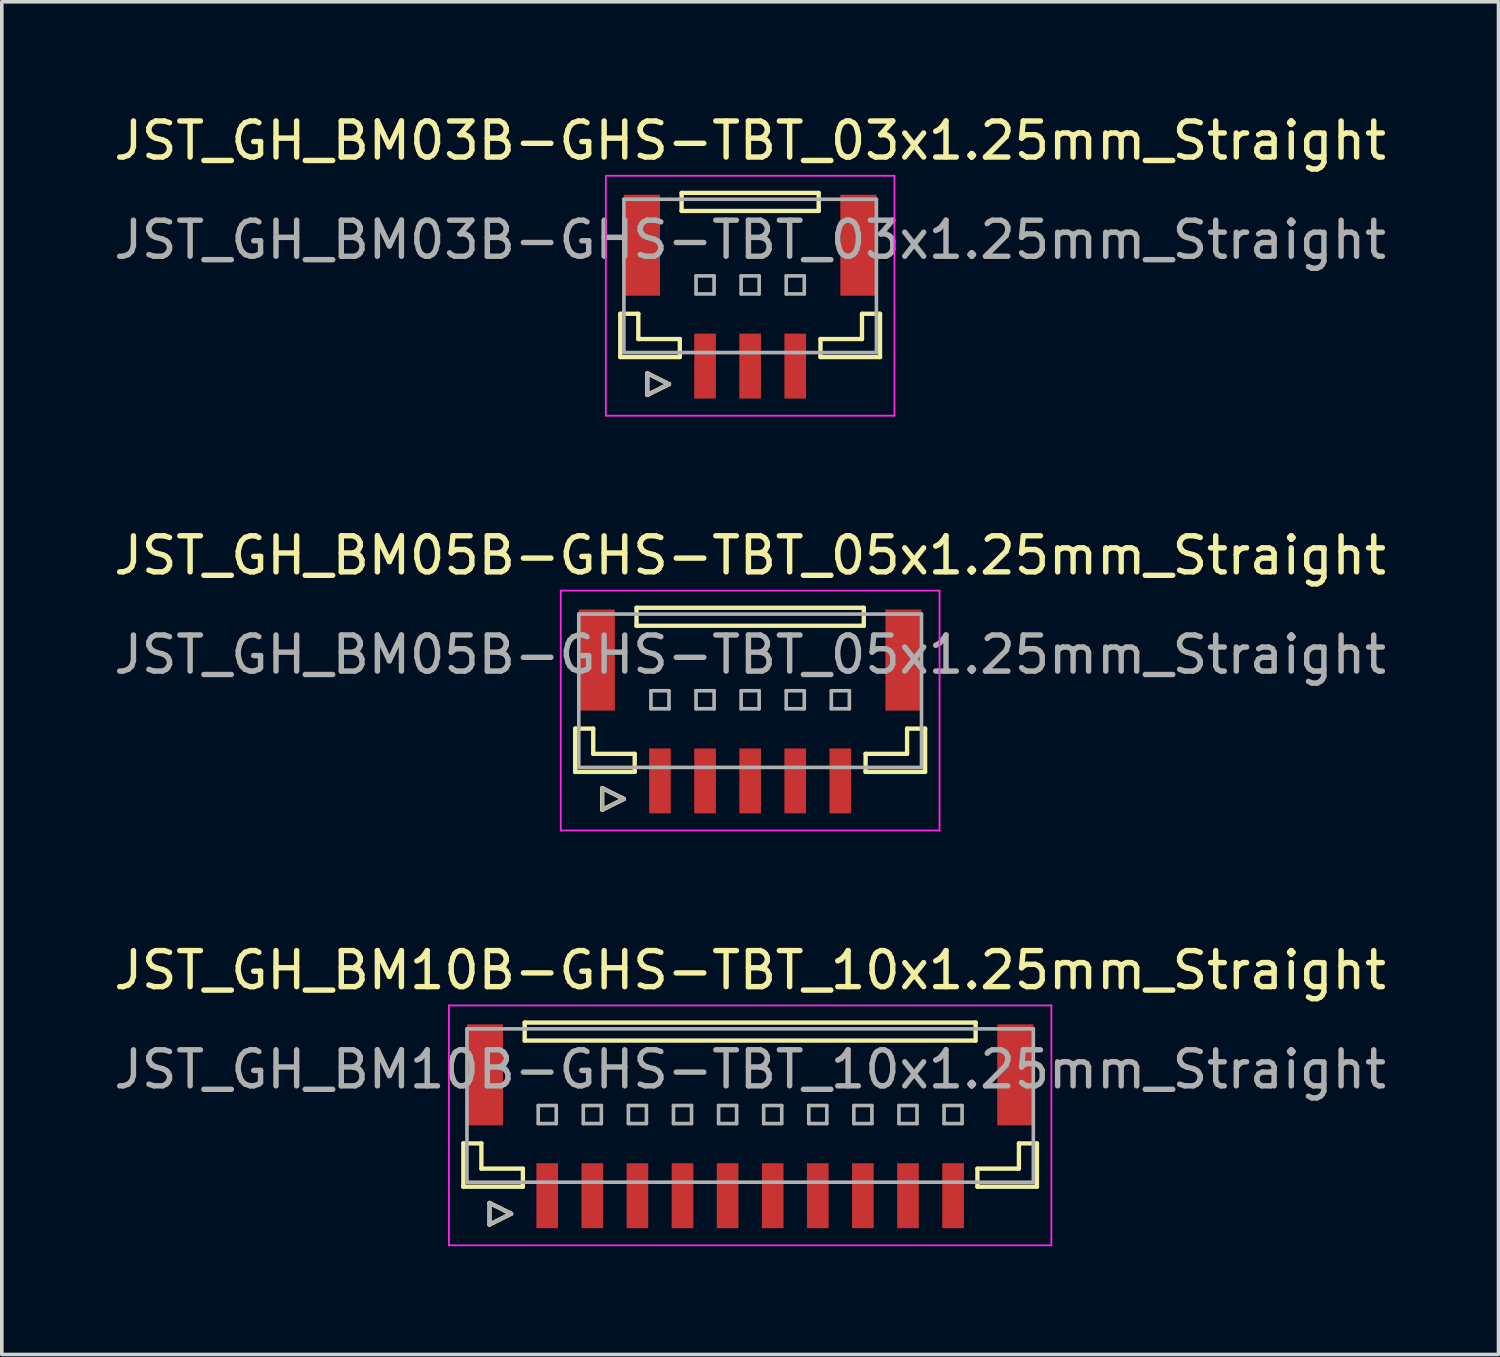
<source format=kicad_pcb>
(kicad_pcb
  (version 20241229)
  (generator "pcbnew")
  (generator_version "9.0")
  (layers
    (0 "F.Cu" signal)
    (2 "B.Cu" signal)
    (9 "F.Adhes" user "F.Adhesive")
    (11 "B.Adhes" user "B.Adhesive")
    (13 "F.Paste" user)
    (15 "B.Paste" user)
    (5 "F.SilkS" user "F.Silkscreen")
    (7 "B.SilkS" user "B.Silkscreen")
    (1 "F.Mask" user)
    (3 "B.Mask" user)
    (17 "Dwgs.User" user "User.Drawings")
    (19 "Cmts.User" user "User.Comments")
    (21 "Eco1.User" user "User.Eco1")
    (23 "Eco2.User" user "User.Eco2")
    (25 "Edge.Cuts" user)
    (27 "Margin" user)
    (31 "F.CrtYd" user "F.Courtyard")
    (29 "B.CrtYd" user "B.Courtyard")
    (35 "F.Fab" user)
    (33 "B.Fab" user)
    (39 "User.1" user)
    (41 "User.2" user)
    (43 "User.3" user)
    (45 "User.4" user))
  (footprint "JST_GH_BM05B-GHS-TBT_05x1.25mm_Straight"
    (layer "F.Cu")
    (at 17.744 16.922)
    (property "Reference" "JST_GH_BM05B-GHS-TBT_05x1.25mm_Straight" (at 0 -4.575 0) (layer "F.SilkS") (effects (font (size 1 1) (thickness 0.15))))
    (attr smd)
    (fp_line (start -4.85 0.225) (end -4.85 1.425) (stroke (width 0.12) (type solid)) (layer "F.SilkS"))
    (fp_line (start -4.85 1.425) (end -3.2 1.425) (stroke (width 0.12) (type solid)) (layer "F.SilkS"))
    (fp_line (start -4.35 0.225) (end -4.85 0.225) (stroke (width 0.12) (type solid)) (layer "F.SilkS"))
    (fp_line (start -4.35 0.925) (end -4.35 0.225) (stroke (width 0.12) (type solid)) (layer "F.SilkS"))
    (fp_line (start -4.1 1.875) (end -3.5 2.175) (stroke (width 0.12) (type solid)) (layer "F.SilkS"))
    (fp_line (start -4.1 2.475) (end -4.1 1.875) (stroke (width 0.12) (type solid)) (layer "F.SilkS"))
    (fp_line (start -3.5 2.175) (end -4.1 2.475) (stroke (width 0.12) (type solid)) (layer "F.SilkS"))
    (fp_line (start -3.2 0.925) (end -4.35 0.925) (stroke (width 0.12) (type solid)) (layer "F.SilkS"))
    (fp_line (start -3.2 1.425) (end -3.2 0.925) (stroke (width 0.12) (type solid)) (layer "F.SilkS"))
    (fp_line (start -3.15 -3.125) (end 3.15 -3.125) (stroke (width 0.12) (type solid)) (layer "F.SilkS"))
    (fp_line (start -3.15 -2.625) (end -3.15 -3.125) (stroke (width 0.12) (type solid)) (layer "F.SilkS"))
    (fp_line (start 3.15 -3.125) (end 3.15 -2.625) (stroke (width 0.12) (type solid)) (layer "F.SilkS"))
    (fp_line (start 3.15 -2.625) (end -3.15 -2.625) (stroke (width 0.12) (type solid)) (layer "F.SilkS"))
    (fp_line (start 3.2 0.925) (end 4.35 0.925) (stroke (width 0.12) (type solid)) (layer "F.SilkS"))
    (fp_line (start 3.2 1.425) (end 3.2 0.925) (stroke (width 0.12) (type solid)) (layer "F.SilkS"))
    (fp_line (start 4.35 0.225) (end 4.85 0.225) (stroke (width 0.12) (type solid)) (layer "F.SilkS"))
    (fp_line (start 4.35 0.925) (end 4.35 0.225) (stroke (width 0.12) (type solid)) (layer "F.SilkS"))
    (fp_line (start 4.85 0.225) (end 4.85 1.425) (stroke (width 0.12) (type solid)) (layer "F.SilkS"))
    (fp_line (start 4.85 1.425) (end 3.2 1.425) (stroke (width 0.12) (type solid)) (layer "F.SilkS"))
    (fp_line (start -5.25 -3.6) (end 5.25 -3.6) (stroke (width 0.05) (type solid)) (layer "F.CrtYd"))
    (fp_line (start -5.25 3.05) (end -5.25 -3.6) (stroke (width 0.05) (type solid)) (layer "F.CrtYd"))
    (fp_line (start 5.25 -3.6) (end 5.25 3.05) (stroke (width 0.05) (type solid)) (layer "F.CrtYd"))
    (fp_line (start 5.25 3.05) (end -5.25 3.05) (stroke (width 0.05) (type solid)) (layer "F.CrtYd"))
    (fp_line (start -4.75 -2.95) (end 4.75 -2.95) (stroke (width 0.1) (type solid)) (layer "F.Fab"))
    (fp_line (start -4.75 1.3) (end -4.75 -2.95) (stroke (width 0.1) (type solid)) (layer "F.Fab"))
    (fp_line (start -4.1 1.875) (end -3.5 2.175) (stroke (width 0.1) (type solid)) (layer "F.Fab"))
    (fp_line (start -4.1 2.475) (end -4.1 1.875) (stroke (width 0.1) (type solid)) (layer "F.Fab"))
    (fp_line (start -3.5 2.175) (end -4.1 2.475) (stroke (width 0.1) (type solid)) (layer "F.Fab"))
    (fp_line (start -2.75 -0.825) (end -2.25 -0.825) (stroke (width 0.1) (type solid)) (layer "F.Fab"))
    (fp_line (start -2.75 -0.325) (end -2.75 -0.825) (stroke (width 0.1) (type solid)) (layer "F.Fab"))
    (fp_line (start -2.25 -0.825) (end -2.25 -0.325) (stroke (width 0.1) (type solid)) (layer "F.Fab"))
    (fp_line (start -2.25 -0.325) (end -2.75 -0.325) (stroke (width 0.1) (type solid)) (layer "F.Fab"))
    (fp_line (start -1.5 -0.825) (end -1 -0.825) (stroke (width 0.1) (type solid)) (layer "F.Fab"))
    (fp_line (start -1.5 -0.325) (end -1.5 -0.825) (stroke (width 0.1) (type solid)) (layer "F.Fab"))
    (fp_line (start -1 -0.825) (end -1 -0.325) (stroke (width 0.1) (type solid)) (layer "F.Fab"))
    (fp_line (start -1 -0.325) (end -1.5 -0.325) (stroke (width 0.1) (type solid)) (layer "F.Fab"))
    (fp_line (start -0.25 -0.825) (end 0.25 -0.825) (stroke (width 0.1) (type solid)) (layer "F.Fab"))
    (fp_line (start -0.25 -0.325) (end -0.25 -0.825) (stroke (width 0.1) (type solid)) (layer "F.Fab"))
    (fp_line (start 0.25 -0.825) (end 0.25 -0.325) (stroke (width 0.1) (type solid)) (layer "F.Fab"))
    (fp_line (start 0.25 -0.325) (end -0.25 -0.325) (stroke (width 0.1) (type solid)) (layer "F.Fab"))
    (fp_line (start 1 -0.825) (end 1.5 -0.825) (stroke (width 0.1) (type solid)) (layer "F.Fab"))
    (fp_line (start 1 -0.325) (end 1 -0.825) (stroke (width 0.1) (type solid)) (layer "F.Fab"))
    (fp_line (start 1.5 -0.825) (end 1.5 -0.325) (stroke (width 0.1) (type solid)) (layer "F.Fab"))
    (fp_line (start 1.5 -0.325) (end 1 -0.325) (stroke (width 0.1) (type solid)) (layer "F.Fab"))
    (fp_line (start 2.25 -0.825) (end 2.75 -0.825) (stroke (width 0.1) (type solid)) (layer "F.Fab"))
    (fp_line (start 2.25 -0.325) (end 2.25 -0.825) (stroke (width 0.1) (type solid)) (layer "F.Fab"))
    (fp_line (start 2.75 -0.825) (end 2.75 -0.325) (stroke (width 0.1) (type solid)) (layer "F.Fab"))
    (fp_line (start 2.75 -0.325) (end 2.25 -0.325) (stroke (width 0.1) (type solid)) (layer "F.Fab"))
    (fp_line (start 4.75 -2.95) (end 4.75 1.3) (stroke (width 0.1) (type solid)) (layer "F.Fab"))
    (fp_line (start 4.75 1.3) (end -4.75 1.3) (stroke (width 0.1) (type solid)) (layer "F.Fab"))
    (fp_text user "${REFERENCE}" (at 0 -1.825 0) (layer "F.Fab") (effects (font (size 1 1) (thickness 0.15))))
    (pad "" smd rect (at -4.25 -1.675) (size 1 2.8) (layers "F.Cu" "F.Mask" "F.Paste"))
    (pad "" smd rect (at 4.25 -1.675) (size 1 2.8) (layers "F.Cu" "F.Mask" "F.Paste"))
    (pad "1" smd rect (at -2.5 1.675) (size 0.6 1.8) (layers "F.Cu" "F.Mask" "F.Paste"))
    (pad "2" smd rect (at -1.25 1.675) (size 0.6 1.8) (layers "F.Cu" "F.Mask" "F.Paste"))
    (pad "3" smd rect (at 0 1.675) (size 0.6 1.8) (layers "F.Cu" "F.Mask" "F.Paste"))
    (pad "4" smd rect (at 1.25 1.675) (size 0.6 1.8) (layers "F.Cu" "F.Mask" "F.Paste"))
    (pad "5" smd rect (at 2.5 1.675) (size 0.6 1.8) (layers "F.Cu" "F.Mask" "F.Paste")))
  (footprint "JST_GH_BM03B-GHS-TBT_03x1.25mm_Straight"
    (layer "F.Cu")
    (at 17.744 5.423)
    (property "Reference" "JST_GH_BM03B-GHS-TBT_03x1.25mm_Straight" (at 0 -4.575 0) (layer "F.SilkS") (effects (font (size 1 1) (thickness 0.15))))
    (attr smd)
    (fp_line (start -3.6 0.225) (end -3.6 1.425) (stroke (width 0.12) (type solid)) (layer "F.SilkS"))
    (fp_line (start -3.6 1.425) (end -1.95 1.425) (stroke (width 0.12) (type solid)) (layer "F.SilkS"))
    (fp_line (start -3.1 0.225) (end -3.6 0.225) (stroke (width 0.12) (type solid)) (layer "F.SilkS"))
    (fp_line (start -3.1 0.925) (end -3.1 0.225) (stroke (width 0.12) (type solid)) (layer "F.SilkS"))
    (fp_line (start -2.85 1.875) (end -2.25 2.175) (stroke (width 0.12) (type solid)) (layer "F.SilkS"))
    (fp_line (start -2.85 2.475) (end -2.85 1.875) (stroke (width 0.12) (type solid)) (layer "F.SilkS"))
    (fp_line (start -2.25 2.175) (end -2.85 2.475) (stroke (width 0.12) (type solid)) (layer "F.SilkS"))
    (fp_line (start -1.95 0.925) (end -3.1 0.925) (stroke (width 0.12) (type solid)) (layer "F.SilkS"))
    (fp_line (start -1.95 1.425) (end -1.95 0.925) (stroke (width 0.12) (type solid)) (layer "F.SilkS"))
    (fp_line (start -1.9 -3.125) (end 1.9 -3.125) (stroke (width 0.12) (type solid)) (layer "F.SilkS"))
    (fp_line (start -1.9 -2.625) (end -1.9 -3.125) (stroke (width 0.12) (type solid)) (layer "F.SilkS"))
    (fp_line (start 1.9 -3.125) (end 1.9 -2.625) (stroke (width 0.12) (type solid)) (layer "F.SilkS"))
    (fp_line (start 1.9 -2.625) (end -1.9 -2.625) (stroke (width 0.12) (type solid)) (layer "F.SilkS"))
    (fp_line (start 1.95 0.925) (end 3.1 0.925) (stroke (width 0.12) (type solid)) (layer "F.SilkS"))
    (fp_line (start 1.95 1.425) (end 1.95 0.925) (stroke (width 0.12) (type solid)) (layer "F.SilkS"))
    (fp_line (start 3.1 0.225) (end 3.6 0.225) (stroke (width 0.12) (type solid)) (layer "F.SilkS"))
    (fp_line (start 3.1 0.925) (end 3.1 0.225) (stroke (width 0.12) (type solid)) (layer "F.SilkS"))
    (fp_line (start 3.6 0.225) (end 3.6 1.425) (stroke (width 0.12) (type solid)) (layer "F.SilkS"))
    (fp_line (start 3.6 1.425) (end 1.95 1.425) (stroke (width 0.12) (type solid)) (layer "F.SilkS"))
    (fp_line (start -4 -3.6) (end 4 -3.6) (stroke (width 0.05) (type solid)) (layer "F.CrtYd"))
    (fp_line (start -4 3.05) (end -4 -3.6) (stroke (width 0.05) (type solid)) (layer "F.CrtYd"))
    (fp_line (start 4 -3.6) (end 4 3.05) (stroke (width 0.05) (type solid)) (layer "F.CrtYd"))
    (fp_line (start 4 3.05) (end -4 3.05) (stroke (width 0.05) (type solid)) (layer "F.CrtYd"))
    (fp_line (start -3.5 -2.95) (end 3.5 -2.95) (stroke (width 0.1) (type solid)) (layer "F.Fab"))
    (fp_line (start -3.5 1.3) (end -3.5 -2.95) (stroke (width 0.1) (type solid)) (layer "F.Fab"))
    (fp_line (start -2.85 1.875) (end -2.25 2.175) (stroke (width 0.1) (type solid)) (layer "F.Fab"))
    (fp_line (start -2.85 2.475) (end -2.85 1.875) (stroke (width 0.1) (type solid)) (layer "F.Fab"))
    (fp_line (start -2.25 2.175) (end -2.85 2.475) (stroke (width 0.1) (type solid)) (layer "F.Fab"))
    (fp_line (start -1.5 -0.825) (end -1 -0.825) (stroke (width 0.1) (type solid)) (layer "F.Fab"))
    (fp_line (start -1.5 -0.325) (end -1.5 -0.825) (stroke (width 0.1) (type solid)) (layer "F.Fab"))
    (fp_line (start -1 -0.825) (end -1 -0.325) (stroke (width 0.1) (type solid)) (layer "F.Fab"))
    (fp_line (start -1 -0.325) (end -1.5 -0.325) (stroke (width 0.1) (type solid)) (layer "F.Fab"))
    (fp_line (start -0.25 -0.825) (end 0.25 -0.825) (stroke (width 0.1) (type solid)) (layer "F.Fab"))
    (fp_line (start -0.25 -0.325) (end -0.25 -0.825) (stroke (width 0.1) (type solid)) (layer "F.Fab"))
    (fp_line (start 0.25 -0.825) (end 0.25 -0.325) (stroke (width 0.1) (type solid)) (layer "F.Fab"))
    (fp_line (start 0.25 -0.325) (end -0.25 -0.325) (stroke (width 0.1) (type solid)) (layer "F.Fab"))
    (fp_line (start 1 -0.825) (end 1.5 -0.825) (stroke (width 0.1) (type solid)) (layer "F.Fab"))
    (fp_line (start 1 -0.325) (end 1 -0.825) (stroke (width 0.1) (type solid)) (layer "F.Fab"))
    (fp_line (start 1.5 -0.825) (end 1.5 -0.325) (stroke (width 0.1) (type solid)) (layer "F.Fab"))
    (fp_line (start 1.5 -0.325) (end 1 -0.325) (stroke (width 0.1) (type solid)) (layer "F.Fab"))
    (fp_line (start 3.5 -2.95) (end 3.5 1.3) (stroke (width 0.1) (type solid)) (layer "F.Fab"))
    (fp_line (start 3.5 1.3) (end -3.5 1.3) (stroke (width 0.1) (type solid)) (layer "F.Fab"))
    (fp_text user "${REFERENCE}" (at 0 -1.825 0) (layer "F.Fab") (effects (font (size 1 1) (thickness 0.15))))
    (pad "" smd rect (at -3 -1.675) (size 1 2.8) (layers "F.Cu" "F.Mask" "F.Paste"))
    (pad "" smd rect (at 3 -1.675) (size 1 2.8) (layers "F.Cu" "F.Mask" "F.Paste"))
    (pad "1" smd rect (at -1.25 1.675) (size 0.6 1.8) (layers "F.Cu" "F.Mask" "F.Paste"))
    (pad "2" smd rect (at 0 1.675) (size 0.6 1.8) (layers "F.Cu" "F.Mask" "F.Paste"))
    (pad "3" smd rect (at 1.25 1.675) (size 0.6 1.8) (layers "F.Cu" "F.Mask" "F.Paste")))
  (footprint "JST_GH_BM10B-GHS-TBT_10x1.25mm_Straight"
    (layer "F.Cu")
    (at 17.744 28.42)
    (property "Reference" "JST_GH_BM10B-GHS-TBT_10x1.25mm_Straight" (at 0 -4.575 0) (layer "F.SilkS") (effects (font (size 1 1) (thickness 0.15))))
    (attr smd)
    (fp_line (start -7.95 0.225) (end -7.95 1.425) (stroke (width 0.12) (type solid)) (layer "F.SilkS"))
    (fp_line (start -7.95 1.425) (end -6.3 1.425) (stroke (width 0.12) (type solid)) (layer "F.SilkS"))
    (fp_line (start -7.45 0.225) (end -7.95 0.225) (stroke (width 0.12) (type solid)) (layer "F.SilkS"))
    (fp_line (start -7.45 0.925) (end -7.45 0.225) (stroke (width 0.12) (type solid)) (layer "F.SilkS"))
    (fp_line (start -7.225 1.875) (end -6.625 2.175) (stroke (width 0.12) (type solid)) (layer "F.SilkS"))
    (fp_line (start -7.225 2.475) (end -7.225 1.875) (stroke (width 0.12) (type solid)) (layer "F.SilkS"))
    (fp_line (start -6.625 2.175) (end -7.225 2.475) (stroke (width 0.12) (type solid)) (layer "F.SilkS"))
    (fp_line (start -6.3 0.925) (end -7.45 0.925) (stroke (width 0.12) (type solid)) (layer "F.SilkS"))
    (fp_line (start -6.3 1.425) (end -6.3 0.925) (stroke (width 0.12) (type solid)) (layer "F.SilkS"))
    (fp_line (start -6.25 -3.125) (end 6.25 -3.125) (stroke (width 0.12) (type solid)) (layer "F.SilkS"))
    (fp_line (start -6.25 -2.625) (end -6.25 -3.125) (stroke (width 0.12) (type solid)) (layer "F.SilkS"))
    (fp_line (start 6.25 -3.125) (end 6.25 -2.625) (stroke (width 0.12) (type solid)) (layer "F.SilkS"))
    (fp_line (start 6.25 -2.625) (end -6.25 -2.625) (stroke (width 0.12) (type solid)) (layer "F.SilkS"))
    (fp_line (start 6.3 0.925) (end 7.45 0.925) (stroke (width 0.12) (type solid)) (layer "F.SilkS"))
    (fp_line (start 6.3 1.425) (end 6.3 0.925) (stroke (width 0.12) (type solid)) (layer "F.SilkS"))
    (fp_line (start 7.45 0.225) (end 7.95 0.225) (stroke (width 0.12) (type solid)) (layer "F.SilkS"))
    (fp_line (start 7.45 0.925) (end 7.45 0.225) (stroke (width 0.12) (type solid)) (layer "F.SilkS"))
    (fp_line (start 7.95 0.225) (end 7.95 1.425) (stroke (width 0.12) (type solid)) (layer "F.SilkS"))
    (fp_line (start 7.95 1.425) (end 6.3 1.425) (stroke (width 0.12) (type solid)) (layer "F.SilkS"))
    (fp_line (start -8.35 -3.6) (end 8.35 -3.6) (stroke (width 0.05) (type solid)) (layer "F.CrtYd"))
    (fp_line (start -8.35 3.05) (end -8.35 -3.6) (stroke (width 0.05) (type solid)) (layer "F.CrtYd"))
    (fp_line (start 8.35 -3.6) (end 8.35 3.05) (stroke (width 0.05) (type solid)) (layer "F.CrtYd"))
    (fp_line (start 8.35 3.05) (end -8.35 3.05) (stroke (width 0.05) (type solid)) (layer "F.CrtYd"))
    (fp_line (start -7.85 -2.95) (end 7.85 -2.95) (stroke (width 0.1) (type solid)) (layer "F.Fab"))
    (fp_line (start -7.85 1.3) (end -7.85 -2.95) (stroke (width 0.1) (type solid)) (layer "F.Fab"))
    (fp_line (start -7.225 1.875) (end -6.625 2.175) (stroke (width 0.1) (type solid)) (layer "F.Fab"))
    (fp_line (start -7.225 2.475) (end -7.225 1.875) (stroke (width 0.1) (type solid)) (layer "F.Fab"))
    (fp_line (start -6.625 2.175) (end -7.225 2.475) (stroke (width 0.1) (type solid)) (layer "F.Fab"))
    (fp_line (start -5.875 -0.825) (end -5.375 -0.825) (stroke (width 0.1) (type solid)) (layer "F.Fab"))
    (fp_line (start -5.875 -0.325) (end -5.875 -0.825) (stroke (width 0.1) (type solid)) (layer "F.Fab"))
    (fp_line (start -5.375 -0.825) (end -5.375 -0.325) (stroke (width 0.1) (type solid)) (layer "F.Fab"))
    (fp_line (start -5.375 -0.325) (end -5.875 -0.325) (stroke (width 0.1) (type solid)) (layer "F.Fab"))
    (fp_line (start -4.625 -0.825) (end -4.125 -0.825) (stroke (width 0.1) (type solid)) (layer "F.Fab"))
    (fp_line (start -4.625 -0.325) (end -4.625 -0.825) (stroke (width 0.1) (type solid)) (layer "F.Fab"))
    (fp_line (start -4.125 -0.825) (end -4.125 -0.325) (stroke (width 0.1) (type solid)) (layer "F.Fab"))
    (fp_line (start -4.125 -0.325) (end -4.625 -0.325) (stroke (width 0.1) (type solid)) (layer "F.Fab"))
    (fp_line (start -3.375 -0.825) (end -2.875 -0.825) (stroke (width 0.1) (type solid)) (layer "F.Fab"))
    (fp_line (start -3.375 -0.325) (end -3.375 -0.825) (stroke (width 0.1) (type solid)) (layer "F.Fab"))
    (fp_line (start -2.875 -0.825) (end -2.875 -0.325) (stroke (width 0.1) (type solid)) (layer "F.Fab"))
    (fp_line (start -2.875 -0.325) (end -3.375 -0.325) (stroke (width 0.1) (type solid)) (layer "F.Fab"))
    (fp_line (start -2.125 -0.825) (end -1.625 -0.825) (stroke (width 0.1) (type solid)) (layer "F.Fab"))
    (fp_line (start -2.125 -0.325) (end -2.125 -0.825) (stroke (width 0.1) (type solid)) (layer "F.Fab"))
    (fp_line (start -1.625 -0.825) (end -1.625 -0.325) (stroke (width 0.1) (type solid)) (layer "F.Fab"))
    (fp_line (start -1.625 -0.325) (end -2.125 -0.325) (stroke (width 0.1) (type solid)) (layer "F.Fab"))
    (fp_line (start -0.875 -0.825) (end -0.375 -0.825) (stroke (width 0.1) (type solid)) (layer "F.Fab"))
    (fp_line (start -0.875 -0.325) (end -0.875 -0.825) (stroke (width 0.1) (type solid)) (layer "F.Fab"))
    (fp_line (start -0.375 -0.825) (end -0.375 -0.325) (stroke (width 0.1) (type solid)) (layer "F.Fab"))
    (fp_line (start -0.375 -0.325) (end -0.875 -0.325) (stroke (width 0.1) (type solid)) (layer "F.Fab"))
    (fp_line (start 0.375 -0.825) (end 0.875 -0.825) (stroke (width 0.1) (type solid)) (layer "F.Fab"))
    (fp_line (start 0.375 -0.325) (end 0.375 -0.825) (stroke (width 0.1) (type solid)) (layer "F.Fab"))
    (fp_line (start 0.875 -0.825) (end 0.875 -0.325) (stroke (width 0.1) (type solid)) (layer "F.Fab"))
    (fp_line (start 0.875 -0.325) (end 0.375 -0.325) (stroke (width 0.1) (type solid)) (layer "F.Fab"))
    (fp_line (start 1.625 -0.825) (end 2.125 -0.825) (stroke (width 0.1) (type solid)) (layer "F.Fab"))
    (fp_line (start 1.625 -0.325) (end 1.625 -0.825) (stroke (width 0.1) (type solid)) (layer "F.Fab"))
    (fp_line (start 2.125 -0.825) (end 2.125 -0.325) (stroke (width 0.1) (type solid)) (layer "F.Fab"))
    (fp_line (start 2.125 -0.325) (end 1.625 -0.325) (stroke (width 0.1) (type solid)) (layer "F.Fab"))
    (fp_line (start 2.875 -0.825) (end 3.375 -0.825) (stroke (width 0.1) (type solid)) (layer "F.Fab"))
    (fp_line (start 2.875 -0.325) (end 2.875 -0.825) (stroke (width 0.1) (type solid)) (layer "F.Fab"))
    (fp_line (start 3.375 -0.825) (end 3.375 -0.325) (stroke (width 0.1) (type solid)) (layer "F.Fab"))
    (fp_line (start 3.375 -0.325) (end 2.875 -0.325) (stroke (width 0.1) (type solid)) (layer "F.Fab"))
    (fp_line (start 4.125 -0.825) (end 4.625 -0.825) (stroke (width 0.1) (type solid)) (layer "F.Fab"))
    (fp_line (start 4.125 -0.325) (end 4.125 -0.825) (stroke (width 0.1) (type solid)) (layer "F.Fab"))
    (fp_line (start 4.625 -0.825) (end 4.625 -0.325) (stroke (width 0.1) (type solid)) (layer "F.Fab"))
    (fp_line (start 4.625 -0.325) (end 4.125 -0.325) (stroke (width 0.1) (type solid)) (layer "F.Fab"))
    (fp_line (start 5.375 -0.825) (end 5.875 -0.825) (stroke (width 0.1) (type solid)) (layer "F.Fab"))
    (fp_line (start 5.375 -0.325) (end 5.375 -0.825) (stroke (width 0.1) (type solid)) (layer "F.Fab"))
    (fp_line (start 5.875 -0.825) (end 5.875 -0.325) (stroke (width 0.1) (type solid)) (layer "F.Fab"))
    (fp_line (start 5.875 -0.325) (end 5.375 -0.325) (stroke (width 0.1) (type solid)) (layer "F.Fab"))
    (fp_line (start 7.85 -2.95) (end 7.85 1.3) (stroke (width 0.1) (type solid)) (layer "F.Fab"))
    (fp_line (start 7.85 1.3) (end -7.85 1.3) (stroke (width 0.1) (type solid)) (layer "F.Fab"))
    (fp_text user "${REFERENCE}" (at 0 -1.825 0) (layer "F.Fab") (effects (font (size 1 1) (thickness 0.15))))
    (pad "" smd rect (at -7.35 -1.675) (size 1 2.8) (layers "F.Cu" "F.Mask" "F.Paste"))
    (pad "" smd rect (at 7.35 -1.675) (size 1 2.8) (layers "F.Cu" "F.Mask" "F.Paste"))
    (pad "1" smd rect (at -5.625 1.675) (size 0.6 1.8) (layers "F.Cu" "F.Mask" "F.Paste"))
    (pad "2" smd rect (at -4.375 1.675) (size 0.6 1.8) (layers "F.Cu" "F.Mask" "F.Paste"))
    (pad "3" smd rect (at -3.125 1.675) (size 0.6 1.8) (layers "F.Cu" "F.Mask" "F.Paste"))
    (pad "4" smd rect (at -1.875 1.675) (size 0.6 1.8) (layers "F.Cu" "F.Mask" "F.Paste"))
    (pad "5" smd rect (at -0.625 1.675) (size 0.6 1.8) (layers "F.Cu" "F.Mask" "F.Paste"))
    (pad "6" smd rect (at 0.625 1.675) (size 0.6 1.8) (layers "F.Cu" "F.Mask" "F.Paste"))
    (pad "7" smd rect (at 1.875 1.675) (size 0.6 1.8) (layers "F.Cu" "F.Mask" "F.Paste"))
    (pad "8" smd rect (at 3.125 1.675) (size 0.6 1.8) (layers "F.Cu" "F.Mask" "F.Paste"))
    (pad "9" smd rect (at 4.375 1.675) (size 0.6 1.8) (layers "F.Cu" "F.Mask" "F.Paste"))
    (pad "10" smd rect (at 5.625 1.675) (size 0.6 1.8) (layers "F.Cu" "F.Mask" "F.Paste")))
  (gr_rect
    (start -3 -3)
    (end 38.488 34.495)
    (stroke (width 0.1) (type default))
    (fill no)
    (layer "Edge.Cuts")))
</source>
